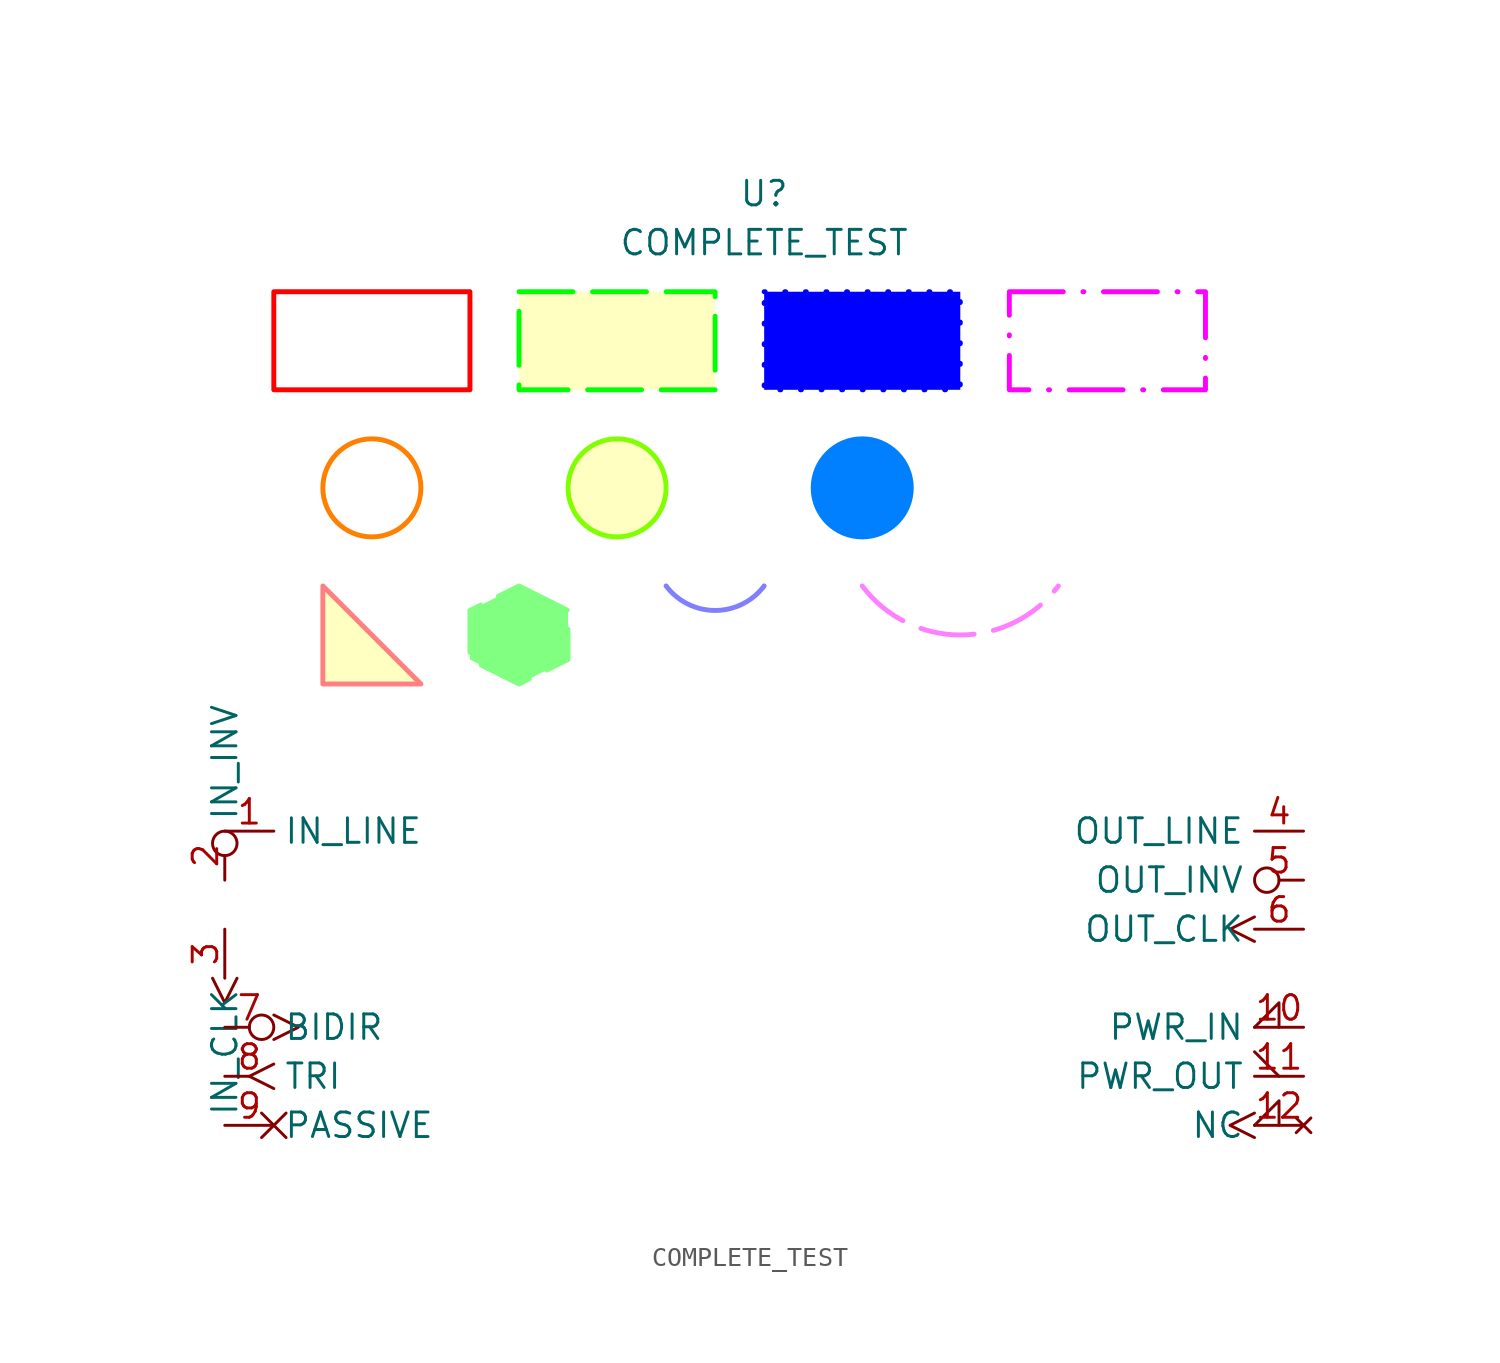
<source format=kicad_sym>
(kicad_symbol_lib
  (version 20220914)
  (generator kicad_symbol_editor)
  (symbol "COMPLETE_TEST"
    (property "Reference" "U"
      (at 0 30.48 0)
      (effects (font (size 1.27 1.27))))
    (property "Value" "COMPLETE_TEST"
      (at 0 27.94 0)
      (effects (font (size 1.27 1.27))))
    (symbol "COMPLETE_TEST_0_1"
      (rectangle (start -25.4 25.4) (end -15.24 20.32) (stroke (width 0.254) (type default) (color 255 0 0 1)) (fill (type none)))
      (rectangle (start -12.7 25.4) (end -2.54 20.32) (stroke (width 0.254) (type dash) (color 0 255 0 1)) (fill (type background)))
      (rectangle (start 0 25.4) (end 10.16 20.32) (stroke (width 0.254) (type dot) (color 0 0 255 1)) (fill (type outline)))
      (rectangle (start 12.7 25.4) (end 22.86 20.32) (stroke (width 0.254) (type dash_dot) (color 255 0 255 1)) (fill (type none)))
      (circle (center -20.32 15.24) (radius 2.54) (stroke (width 0.254) (type default) (color 255 128 0 1)) (fill (type none)))
      (circle (center -7.62 15.24) (radius 2.54) (stroke (width 0.254) (type default) (color 128 255 0 1)) (fill (type background)))
      (circle (center 5.08 15.24) (radius 2.54) (stroke (width 0.254) (type default) (color 0 128 255 1)) (fill (type outline)))
      (polyline (pts (xy -22.86 10.16) (xy -17.78 5.08) (xy -22.86 5.08) (xy -22.86 10.16)) (stroke (width 0.254) (type default) (color 255 128 128 1)) (fill (type background)))
      (polyline (pts (xy -12.7 10.16) (xy -10.16 8.89) (xy -10.16 6.35) (xy -12.7 5.08) (xy -15.24 6.35) (xy -15.24 8.89) (xy -12.7 10.16)) (stroke (width 0.254) (type dash) (color 128 255 128 1)) (fill (type outline)))
      (arc (start -5.08 10.16) (mid -2.54 8.89) (end 0 10.16) (stroke (width 0.254) (type default) (color 128 128 255 1)) (fill (type none)))
      (arc (start 5.08 10.16) (mid 10.16 7.62) (end 15.24 10.16) (stroke (width 0.254) (type dash) (color 255 128 255 1)) (fill (type none))))
    (symbol "COMPLETE_TEST_1_1"
      (pin input line (at -27.94 -2.54 0) (length 2.54) (name "IN_LINE" (effects (font (size 1.27 1.27)))) (number "1" (effects (font (size 1.27 1.27)))))
      (pin input inverted (at -27.94 -5.08 90) (length 2.54) (name "IN_INV" (effects (font (size 1.27 1.27)))) (number "2" (effects (font (size 1.27 1.27)))))
      (pin input clock (at -27.94 -7.62 270) (length 2.54) (name "IN_CLK" (effects (font (size 1.27 1.27)))) (number "3" (effects (font (size 1.27 1.27)))))
      (pin output line (at 27.94 -2.54 180) (length 2.54) (name "OUT_LINE" (effects (font (size 1.27 1.27)))) (number "4" (effects (font (size 1.27 1.27)))))
      (pin output inverted (at 27.94 -5.08 180) (length 2.54) (name "OUT_INV" (effects (font (size 1.27 1.27)))) (number "5" (effects (font (size 1.27 1.27)))))
      (pin output clock (at 27.94 -7.62 180) (length 2.54) (name "OUT_CLK" (effects (font (size 1.27 1.27)))) (number "6" (effects (font (size 1.27 1.27)))))
      (pin bidirectional inverted_clock (at -27.94 -12.7 0) (length 2.54) (name "BIDIR" (effects (font (size 1.27 1.27)))) (number "7" (effects (font (size 1.27 1.27)))))
      (pin tri_state edge_clock_high (at -27.94 -15.24 0) (length 2.54) (name "TRI" (effects (font (size 1.27 1.27)))) (number "8" (effects (font (size 1.27 1.27)))))
      (pin passive non_logic (at -27.94 -17.78 0) (length 2.54) (name "PASSIVE" (effects (font (size 1.27 1.27)))) (number "9" (effects (font (size 1.27 1.27)))))
      (pin power_in input_low (at 27.94 -12.7 180) (length 2.54) (name "PWR_IN" (effects (font (size 1.27 1.27)))) (number "10" (effects (font (size 1.27 1.27)))))
      (pin power_out output_low (at 27.94 -15.24 180) (length 2.54) (name "PWR_OUT" (effects (font (size 1.27 1.27)))) (number "11" (effects (font (size 1.27 1.27)))))
      (pin no_connect clock_low (at 27.94 -17.78 180) (length 2.54) (name "NC" (effects (font (size 1.27 1.27)))) (number "12" (effects (font (size 1.27 1.27))))))))
</source>
